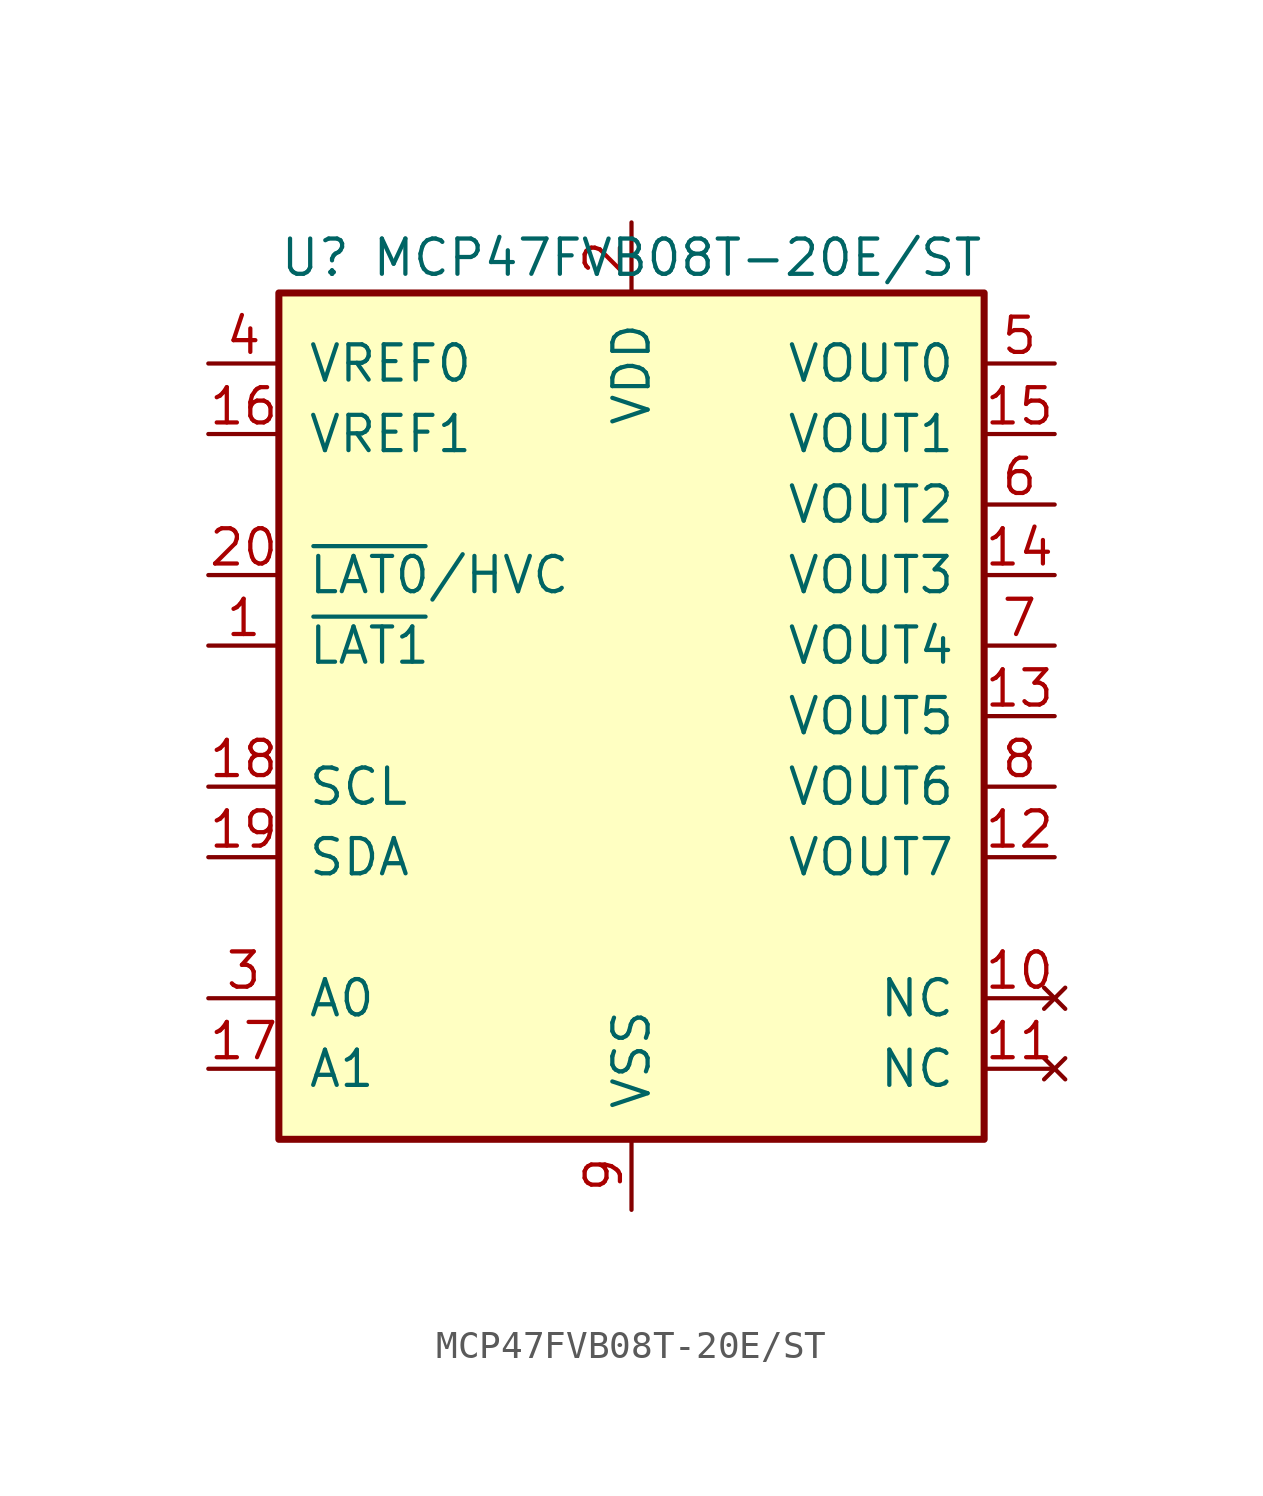
<source format=kicad_sym>
(kicad_symbol_lib
  (version 20241209)
  (generator "kicad_symbol_editor")
  (generator_version "9.0")
  (symbol "MCP47FVB08T-20E/ST"
    (pin_names
      (offset 1.016))
    (property "Reference" "U"
      (at -12.7 6.35 0)
      (effects (font (size 1.27 1.27)) (justify left)))
    (property "Value" "MCP47FVB08T-20E/ST"
      (at 12.7 6.35 0)
      (effects (font (size 1.27 1.27)) (justify right)))
    (symbol "MCP47FVB08T-20E/ST_0_1"
      (rectangle (start -12.7 5.08) (end 12.7 -25.4) (stroke (width 0.254) (type default)) (fill (type background))))
    (symbol "MCP47FVB08T-20E/ST_1_1"
      (pin input line (at -15.24 2.54 0) (length 2.54) (name "VREF0" (effects (font (size 1.27 1.27)))) (number "4" (effects (font (size 1.27 1.27)))))
      (pin input line (at -15.24 0 0) (length 2.54) (name "VREF1" (effects (font (size 1.27 1.27)))) (number "16" (effects (font (size 1.27 1.27)))))
      (pin input line (at -15.24 -5.08 0) (length 2.54) (name "~{LAT0}/HVC" (effects (font (size 1.27 1.27)))) (number "20" (effects (font (size 1.27 1.27)))))
      (pin input line (at -15.24 -7.62 0) (length 2.54) (name "~{LAT1}" (effects (font (size 1.27 1.27)))) (number "1" (effects (font (size 1.27 1.27)))))
      (pin input line (at -15.24 -12.7 0) (length 2.54) (name "SCL" (effects (font (size 1.27 1.27)))) (number "18" (effects (font (size 1.27 1.27)))))
      (pin bidirectional line (at -15.24 -15.24 0) (length 2.54) (name "SDA" (effects (font (size 1.27 1.27)))) (number "19" (effects (font (size 1.27 1.27)))))
      (pin input line (at -15.24 -20.32 0) (length 2.54) (name "A0" (effects (font (size 1.27 1.27)))) (number "3" (effects (font (size 1.27 1.27)))))
      (pin input line (at -15.24 -22.86 0) (length 2.54) (name "A1" (effects (font (size 1.27 1.27)))) (number "17" (effects (font (size 1.27 1.27)))))
      (pin power_in line (at 0 7.62 270) (length 2.54) (name "VDD" (effects (font (size 1.27 1.27)))) (number "2" (effects (font (size 1.27 1.27)))))
      (pin power_in line (at 0 -27.94 90) (length 2.54) (name "VSS" (effects (font (size 1.27 1.27)))) (number "9" (effects (font (size 1.27 1.27)))))
      (pin output line (at 15.24 2.54 180) (length 2.54) (name "VOUT0" (effects (font (size 1.27 1.27)))) (number "5" (effects (font (size 1.27 1.27)))))
      (pin output line (at 15.24 0 180) (length 2.54) (name "VOUT1" (effects (font (size 1.27 1.27)))) (number "15" (effects (font (size 1.27 1.27)))))
      (pin output line (at 15.24 -2.54 180) (length 2.54) (name "VOUT2" (effects (font (size 1.27 1.27)))) (number "6" (effects (font (size 1.27 1.27)))))
      (pin output line (at 15.24 -5.08 180) (length 2.54) (name "VOUT3" (effects (font (size 1.27 1.27)))) (number "14" (effects (font (size 1.27 1.27)))))
      (pin output line (at 15.24 -7.62 180) (length 2.54) (name "VOUT4" (effects (font (size 1.27 1.27)))) (number "7" (effects (font (size 1.27 1.27)))))
      (pin output line (at 15.24 -10.16 180) (length 2.54) (name "VOUT5" (effects (font (size 1.27 1.27)))) (number "13" (effects (font (size 1.27 1.27)))))
      (pin output line (at 15.24 -12.7 180) (length 2.54) (name "VOUT6" (effects (font (size 1.27 1.27)))) (number "8" (effects (font (size 1.27 1.27)))))
      (pin output line (at 15.24 -15.24 180) (length 2.54) (name "VOUT7" (effects (font (size 1.27 1.27)))) (number "12" (effects (font (size 1.27 1.27)))))
      (pin no_connect line (at 15.24 -20.32 180) (length 2.54) (name "NC" (effects (font (size 1.27 1.27)))) (number "10" (effects (font (size 1.27 1.27)))))
      (pin no_connect line (at 15.24 -22.86 180) (length 2.54) (name "NC" (effects (font (size 1.27 1.27)))) (number "11" (effects (font (size 1.27 1.27))))))))
</source>
